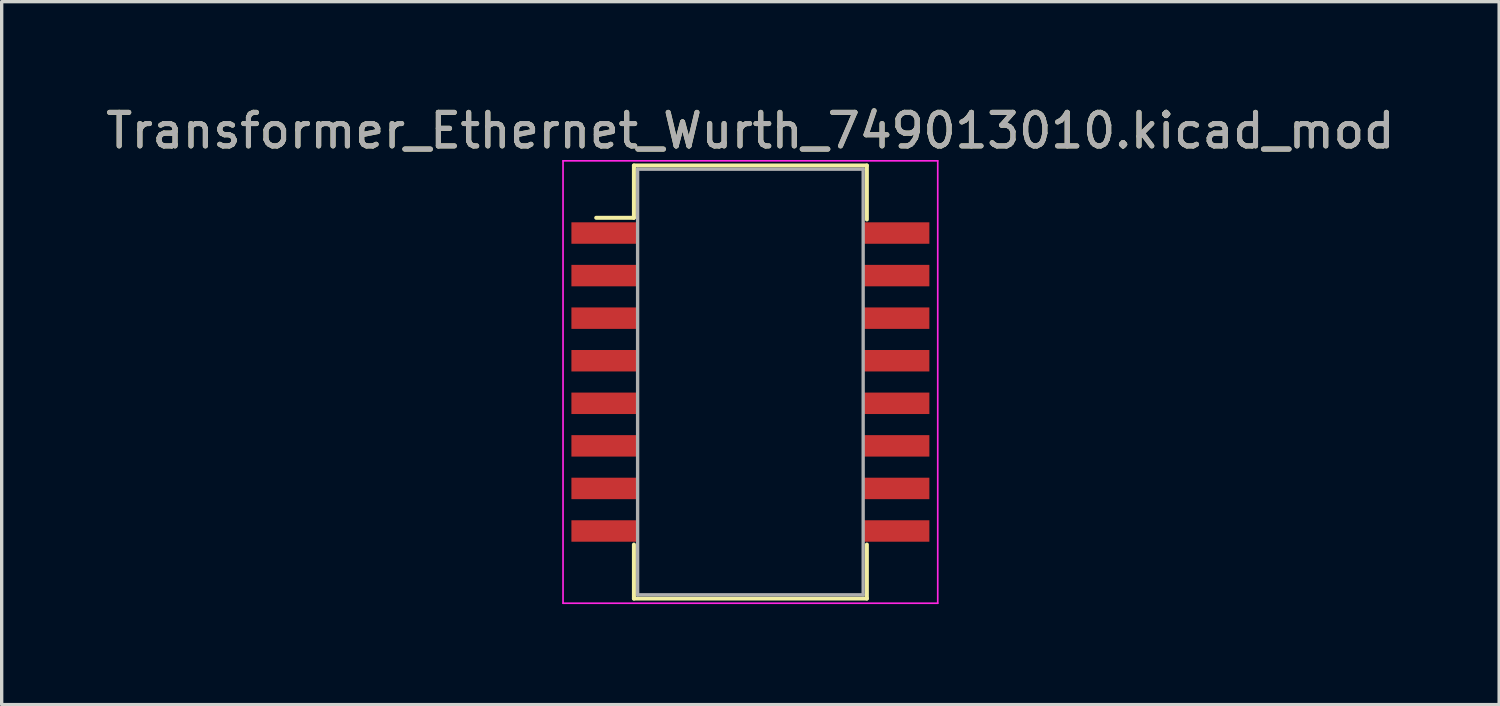
<source format=kicad_pcb>
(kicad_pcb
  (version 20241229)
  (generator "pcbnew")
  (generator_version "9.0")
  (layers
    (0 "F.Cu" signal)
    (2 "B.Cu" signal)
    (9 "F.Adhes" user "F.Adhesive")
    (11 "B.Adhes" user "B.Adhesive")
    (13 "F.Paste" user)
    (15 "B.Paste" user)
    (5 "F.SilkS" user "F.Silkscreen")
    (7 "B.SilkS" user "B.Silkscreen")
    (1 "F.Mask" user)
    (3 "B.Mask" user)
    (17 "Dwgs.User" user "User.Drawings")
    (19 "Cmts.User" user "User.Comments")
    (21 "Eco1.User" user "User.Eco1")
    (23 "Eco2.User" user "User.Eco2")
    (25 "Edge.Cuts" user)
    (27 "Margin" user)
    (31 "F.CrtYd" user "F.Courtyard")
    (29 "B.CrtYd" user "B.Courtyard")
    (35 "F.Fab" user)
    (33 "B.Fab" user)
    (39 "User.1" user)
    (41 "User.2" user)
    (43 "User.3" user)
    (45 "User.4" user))
  (footprint "Transformer_Ethernet_Wurth_749013010.kicad_mod"
    (layer "F.Cu")
    (at 19.339 8.348)
    (property "Reference" "Transformer_Ethernet_Wurth_749013010.kicad_mod" (at 0 -7.5 0) (layer "F.SilkS") (effects (font (size 1 1) (thickness 0.15))))
    (attr through_hole)
    (fp_line (start -4.6 -4.9) (end -3.475 -4.9) (stroke (width 0.12) (type solid)) (layer "F.SilkS"))
    (fp_line (start -3.475 -6.46) (end -3.475 -4.9) (stroke (width 0.12) (type solid)) (layer "F.SilkS"))
    (fp_line (start -3.475 -6.46) (end 3.475 -6.46) (stroke (width 0.12) (type solid)) (layer "F.SilkS"))
    (fp_line (start -3.475 4.85) (end -3.475 6.46) (stroke (width 0.12) (type solid)) (layer "F.SilkS"))
    (fp_line (start -3.475 6.46) (end 3.475 6.46) (stroke (width 0.12) (type solid)) (layer "F.SilkS"))
    (fp_line (start 3.475 -6.46) (end 3.475 -4.85) (stroke (width 0.12) (type solid)) (layer "F.SilkS"))
    (fp_line (start 3.475 4.85) (end 3.475 6.46) (stroke (width 0.12) (type solid)) (layer "F.SilkS"))
    (fp_line (start -5.59 -6.6) (end -5.59 6.6) (stroke (width 0.05) (type solid)) (layer "F.CrtYd"))
    (fp_line (start -5.59 -6.6) (end 5.59 -6.6) (stroke (width 0.05) (type solid)) (layer "F.CrtYd"))
    (fp_line (start -5.59 6.6) (end 5.59 6.6) (stroke (width 0.05) (type solid)) (layer "F.CrtYd"))
    (fp_line (start 5.59 -6.6) (end 5.59 6.6) (stroke (width 0.05) (type solid)) (layer "F.CrtYd"))
    (fp_line (start -3.365 -6.35) (end -3.365 6.35) (stroke (width 0.1) (type solid)) (layer "F.Fab"))
    (fp_line (start -3.365 -6.35) (end 3.365 -6.35) (stroke (width 0.1) (type solid)) (layer "F.Fab"))
    (fp_line (start -3.365 6.35) (end 3.365 6.35) (stroke (width 0.1) (type solid)) (layer "F.Fab"))
    (fp_line (start 3.365 -6.35) (end 3.365 6.35) (stroke (width 0.1) (type solid)) (layer "F.Fab"))
    (fp_text user "${REFERENCE}" (at 0 -7.5 0) (layer "F.Fab") (effects (font (size 1 1) (thickness 0.15))))
    (pad "1" smd rect (at -4.34 -4.445) (size 2 0.64) (layers "F.Cu" "F.Mask" "F.Paste"))
    (pad "2" smd rect (at -4.34 -3.175) (size 2 0.64) (layers "F.Cu" "F.Mask" "F.Paste"))
    (pad "3" smd rect (at -4.34 -1.905) (size 2 0.64) (layers "F.Cu" "F.Mask" "F.Paste"))
    (pad "4" smd rect (at -4.34 -0.635) (size 2 0.64) (layers "F.Cu" "F.Mask" "F.Paste"))
    (pad "5" smd rect (at -4.34 0.635) (size 2 0.64) (layers "F.Cu" "F.Mask" "F.Paste"))
    (pad "6" smd rect (at -4.34 1.905) (size 2 0.64) (layers "F.Cu" "F.Mask" "F.Paste"))
    (pad "7" smd rect (at -4.34 3.175) (size 2 0.64) (layers "F.Cu" "F.Mask" "F.Paste"))
    (pad "8" smd rect (at -4.34 4.445) (size 2 0.64) (layers "F.Cu" "F.Mask" "F.Paste"))
    (pad "9" smd rect (at 4.34 4.445) (size 2 0.64) (layers "F.Cu" "F.Mask" "F.Paste"))
    (pad "10" smd rect (at 4.34 3.175) (size 2 0.64) (layers "F.Cu" "F.Mask" "F.Paste"))
    (pad "11" smd rect (at 4.34 1.905) (size 2 0.64) (layers "F.Cu" "F.Mask" "F.Paste"))
    (pad "12" smd rect (at 4.34 0.635) (size 2 0.64) (layers "F.Cu" "F.Mask" "F.Paste"))
    (pad "13" smd rect (at 4.34 -0.635) (size 2 0.64) (layers "F.Cu" "F.Mask" "F.Paste"))
    (pad "14" smd rect (at 4.34 -1.905) (size 2 0.64) (layers "F.Cu" "F.Mask" "F.Paste"))
    (pad "15" smd rect (at 4.34 -3.175) (size 2 0.64) (layers "F.Cu" "F.Mask" "F.Paste"))
    (pad "16" smd rect (at 4.34 -4.445) (size 2 0.64) (layers "F.Cu" "F.Mask" "F.Paste")))
  (gr_rect
    (start -3 -3)
    (end 41.679 17.973)
    (stroke (width 0.1) (type default))
    (fill no)
    (layer "Edge.Cuts")))
</source>
